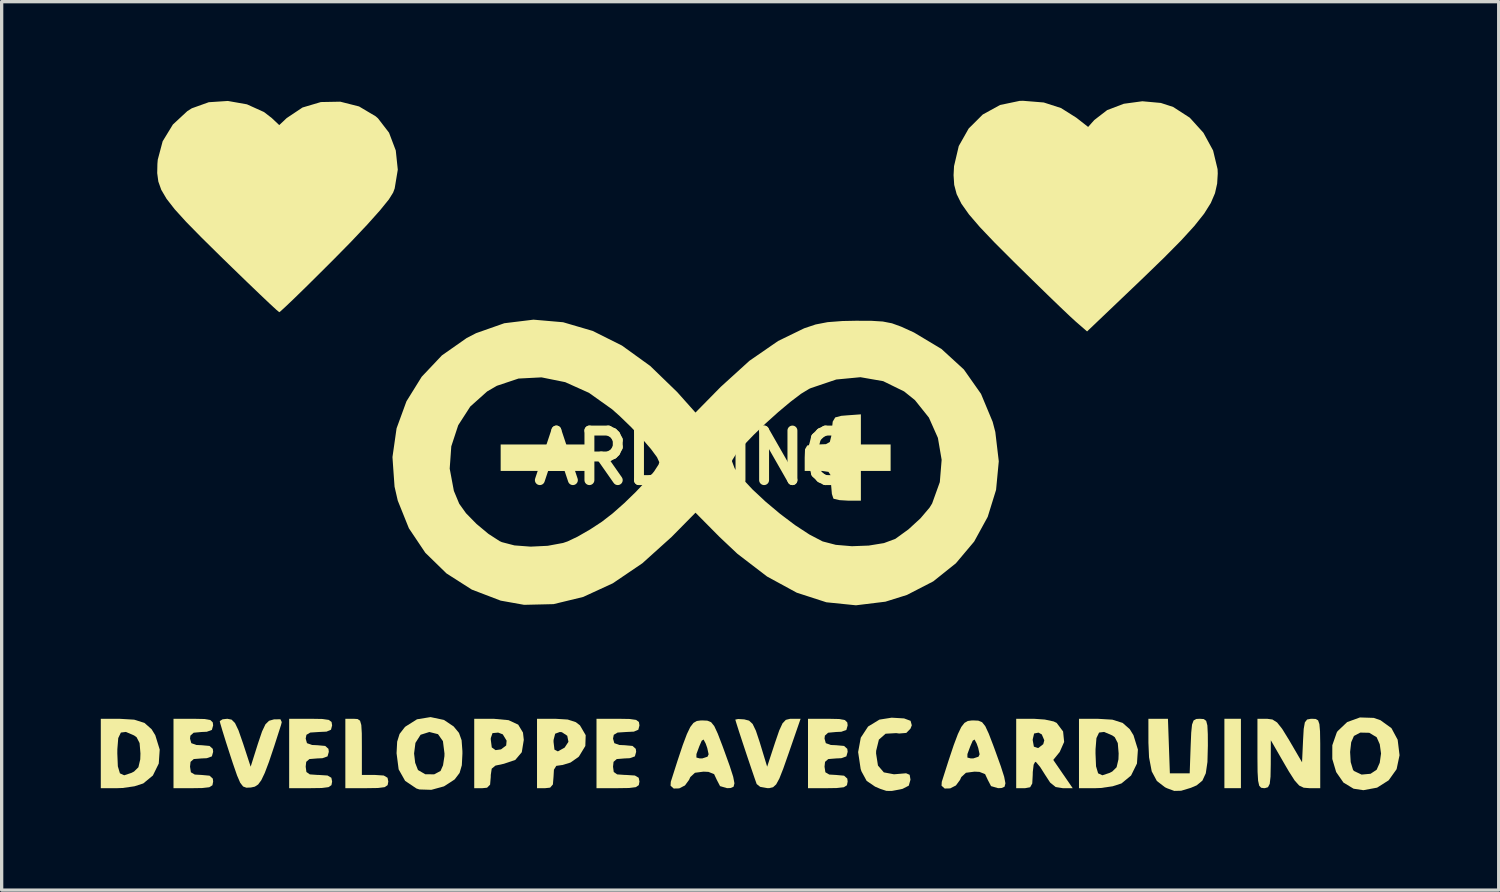
<source format=kicad_pcb>
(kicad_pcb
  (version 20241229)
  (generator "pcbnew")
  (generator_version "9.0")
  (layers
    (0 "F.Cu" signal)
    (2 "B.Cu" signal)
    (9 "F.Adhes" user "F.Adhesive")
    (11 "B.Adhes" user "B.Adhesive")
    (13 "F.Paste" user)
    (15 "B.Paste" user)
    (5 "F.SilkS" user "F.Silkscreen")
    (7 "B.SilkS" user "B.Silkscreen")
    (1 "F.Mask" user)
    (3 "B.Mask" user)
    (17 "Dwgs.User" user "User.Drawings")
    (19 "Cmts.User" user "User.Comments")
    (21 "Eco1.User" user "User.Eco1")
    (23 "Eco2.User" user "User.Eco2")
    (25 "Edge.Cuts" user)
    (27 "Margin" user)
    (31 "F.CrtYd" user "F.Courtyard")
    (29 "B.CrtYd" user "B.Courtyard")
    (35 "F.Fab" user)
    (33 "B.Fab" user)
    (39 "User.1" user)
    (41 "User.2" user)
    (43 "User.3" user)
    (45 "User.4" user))
  (footprint "ARDUINO"
    (layer "F.Cu")
    (at 18 10.8)
    (property "Reference" "ARDUINO" (at 0 0 0) (layer "F.SilkS") (effects (font (size 1.5 1.5) (thickness 0.3))))
    (attr board_only exclude_from_pos_files exclude_from_bom)
    (fp_poly (pts (xy -3.3 0) (xy -3.3 0.4) (xy -4.6 0.4) (xy -5.9 0.4) (xy -5.9 0) (xy -5.9 -0.4) (xy -4.6 -0.4) (xy -3.3 -0.4)) (stroke (width 0) (type solid)) (fill yes) (layer "F.SilkS"))
    (fp_poly (pts (xy 16.5 8.95) (xy 16.5 10) (xy 16.25 10) (xy 16 10) (xy 16 8.95) (xy 16 7.9) (xy 16.25 7.9) (xy 16.5 7.9)) (stroke (width 0) (type solid)) (fill yes) (layer "F.SilkS"))
    (fp_poly (pts (xy -10.229 7.908) (xy -10.155 7.958) (xy -10.117 8.089) (xy -10.102 8.342) (xy -10.1 8.75) (xy -10.1 9.6) (xy -9.7 9.6) (xy -9.438 9.617) (xy -9.323 9.685) (xy -9.3 9.8) (xy -9.32 9.908) (xy -9.41 9.969) (xy -9.615 9.995) (xy -9.95 10) (xy -10.6 10) (xy -10.6 8.95) (xy -10.6 7.9) (xy -10.35 7.9)) (stroke (width 0) (type solid)) (fill yes) (layer "F.SilkS"))
    (fp_poly (pts (xy -5.661 7.942) (xy -5.37 8.077) (xy -5.225 8.317) (xy -5.2 8.539) (xy -5.261 8.912) (xy -5.457 9.145) (xy -5.803 9.262) (xy -6.058 9.317) (xy -6.171 9.41) (xy -6.199 9.6) (xy -6.2 9.663) (xy -6.22 9.894) (xy -6.311 9.986) (xy -6.45 10) (xy -6.7 10) (xy -6.7 8.95) (xy -6.7 8.526) (xy -6.2 8.526) (xy -6.169 8.767) (xy -6.054 8.849) (xy -5.889 8.826) (xy -5.733 8.708) (xy -5.72 8.562) (xy -5.836 8.371) (xy -5.975 8.318) (xy -6.147 8.334) (xy -6.199 8.484) (xy -6.2 8.526) (xy -6.7 8.526) (xy -6.7 7.9) (xy -6.115 7.9)) (stroke (width 0) (type solid)) (fill yes) (layer "F.SilkS"))
    (fp_poly (pts (xy 14.321 8.725) (xy 14.35 9.55) (xy 14.65 9.55) (xy 14.95 9.55) (xy 14.979 8.725) (xy 14.996 8.321) (xy 15.021 8.076) (xy 15.068 7.951) (xy 15.15 7.906) (xy 15.254 7.9) (xy 15.376 7.909) (xy 15.449 7.963) (xy 15.485 8.102) (xy 15.498 8.367) (xy 15.5 8.707) (xy 15.487 9.208) (xy 15.437 9.55) (xy 15.334 9.772) (xy 15.162 9.914) (xy 14.987 9.989) (xy 14.692 10.078) (xy 14.483 10.083) (xy 14.264 10.002) (xy 14.202 9.972) (xy 13.957 9.783) (xy 13.801 9.492) (xy 13.72 9.066) (xy 13.701 8.625) (xy 13.7 7.9) (xy 13.996 7.9) (xy 14.292 7.9)) (stroke (width 0) (type solid)) (fill yes) (layer "F.SilkS"))
    (fp_poly (pts (xy 2.813 8.949) (xy 2.652 9.407) (xy 2.533 9.709) (xy 2.437 9.885) (xy 2.343 9.971) (xy 2.232 9.998) (xy 2.172 9.999) (xy 1.953 9.96) (xy 1.847 9.875) (xy 1.778 9.679) (xy 1.674 9.374) (xy 1.551 9.009) (xy 1.426 8.632) (xy 1.315 8.294) (xy 1.235 8.042) (xy 1.2 7.927) (xy 1.2 7.925) (xy 1.286 7.907) (xy 1.469 7.918) (xy 1.616 7.956) (xy 1.724 8.056) (xy 1.823 8.261) (xy 1.94 8.613) (xy 1.951 8.65) (xy 2.164 9.35) (xy 2.402 8.625) (xy 2.529 8.255) (xy 2.629 8.038) (xy 2.729 7.933) (xy 2.857 7.901) (xy 2.908 7.9) (xy 3.176 7.9)) (stroke (width 0) (type solid)) (fill yes) (layer "F.SilkS"))
    (fp_poly (pts (xy -16.989 7.927) (xy -16.679 8.025) (xy -16.463 8.216) (xy -16.351 8.398) (xy -16.217 8.832) (xy -16.246 9.255) (xy -16.424 9.617) (xy -16.715 9.857) (xy -16.981 9.943) (xy -17.336 9.994) (xy -17.495 10) (xy -18 10) (xy -18 8.95) (xy -17.5 8.95) (xy -17.484 9.339) (xy -17.421 9.551) (xy -17.292 9.61) (xy -17.074 9.538) (xy -16.993 9.496) (xy -16.862 9.367) (xy -16.806 9.128) (xy -16.8 8.95) (xy -16.826 8.635) (xy -16.917 8.458) (xy -16.993 8.404) (xy -17.24 8.298) (xy -17.392 8.317) (xy -17.472 8.484) (xy -17.499 8.82) (xy -17.5 8.95) (xy -18 8.95) (xy -18 7.9) (xy -17.443 7.9)) (stroke (width 0) (type solid)) (fill yes) (layer "F.SilkS"))
    (fp_poly (pts (xy 12.611 7.927) (xy 12.921 8.025) (xy 13.137 8.216) (xy 13.249 8.398) (xy 13.383 8.832) (xy 13.354 9.255) (xy 13.176 9.617) (xy 12.885 9.857) (xy 12.619 9.943) (xy 12.264 9.994) (xy 12.105 10) (xy 11.6 10) (xy 11.6 8.95) (xy 12.1 8.95) (xy 12.116 9.339) (xy 12.179 9.551) (xy 12.308 9.61) (xy 12.526 9.538) (xy 12.607 9.496) (xy 12.738 9.367) (xy 12.794 9.128) (xy 12.8 8.95) (xy 12.774 8.635) (xy 12.683 8.458) (xy 12.607 8.404) (xy 12.36 8.298) (xy 12.208 8.317) (xy 12.128 8.484) (xy 12.101 8.82) (xy 12.1 8.95) (xy 11.6 8.95) (xy 11.6 7.9) (xy 12.157 7.9)) (stroke (width 0) (type solid)) (fill yes) (layer "F.SilkS"))
    (fp_poly (pts (xy -3.871 7.923) (xy -3.625 8.003) (xy -3.5 8.1) (xy -3.327 8.396) (xy -3.338 8.723) (xy -3.529 9.038) (xy -3.545 9.055) (xy -3.788 9.225) (xy -4.036 9.3) (xy -4.045 9.3) (xy -4.217 9.325) (xy -4.288 9.441) (xy -4.3 9.65) (xy -4.319 9.887) (xy -4.403 9.984) (xy -4.55 10) (xy -4.8 10) (xy -4.8 8.95) (xy -4.8 8.6) (xy -4.3 8.6) (xy -4.272 8.834) (xy -4.169 8.887) (xy -3.965 8.773) (xy -3.964 8.772) (xy -3.849 8.597) (xy -3.885 8.414) (xy -4.048 8.306) (xy -4.111 8.3) (xy -4.251 8.352) (xy -4.299 8.541) (xy -4.3 8.6) (xy -4.8 8.6) (xy -4.8 7.9) (xy -4.25 7.9)) (stroke (width 0) (type solid)) (fill yes) (layer "F.SilkS"))
    (fp_poly (pts (xy 6.307 7.889) (xy 6.504 7.962) (xy 6.541 8.097) (xy 6.5 8.2) (xy 6.375 8.328) (xy 6.157 8.346) (xy 6.07 8.334) (xy 5.748 8.352) (xy 5.545 8.531) (xy 5.462 8.87) (xy 5.46 8.95) (xy 5.517 9.315) (xy 5.695 9.522) (xy 6.002 9.58) (xy 6.121 9.57) (xy 6.368 9.549) (xy 6.476 9.595) (xy 6.5 9.734) (xy 6.5 9.747) (xy 6.449 9.924) (xy 6.262 10.02) (xy 6.188 10.037) (xy 5.936 10.084) (xy 5.772 10.082) (xy 5.59 10.022) (xy 5.431 9.954) (xy 5.175 9.78) (xy 5.018 9.492) (xy 4.993 9.417) (xy 4.917 8.908) (xy 4.997 8.472) (xy 5.218 8.135) (xy 5.562 7.925) (xy 5.932 7.867)) (stroke (width 0) (type solid)) (fill yes) (layer "F.SilkS"))
    (fp_poly (pts (xy -14.042 7.926) (xy -13.939 8.029) (xy -13.834 8.248) (xy -13.704 8.621) (xy -13.702 8.625) (xy -13.465 9.35) (xy -13.244 8.65) (xy -13.12 8.283) (xy -13.018 8.068) (xy -12.909 7.961) (xy -12.765 7.919) (xy -12.752 7.917) (xy -12.564 7.915) (xy -12.524 8) (xy -12.545 8.085) (xy -12.751 8.727) (xy -12.911 9.204) (xy -13.038 9.539) (xy -13.143 9.759) (xy -13.239 9.889) (xy -13.339 9.954) (xy -13.453 9.979) (xy -13.461 9.98) (xy -13.595 9.986) (xy -13.694 9.949) (xy -13.781 9.837) (xy -13.876 9.617) (xy -14.001 9.256) (xy -14.077 9.025) (xy -14.211 8.609) (xy -14.318 8.265) (xy -14.385 8.038) (xy -14.4 7.97) (xy -14.315 7.916) (xy -14.17 7.9)) (stroke (width 0) (type solid)) (fill yes) (layer "F.SilkS"))
    (fp_poly (pts (xy -14.865 7.907) (xy -14.684 7.939) (xy -14.611 8.011) (xy -14.6 8.1) (xy -14.639 8.238) (xy -14.792 8.293) (xy -14.95 8.3) (xy -15.191 8.322) (xy -15.289 8.41) (xy -15.3 8.5) (xy -15.261 8.638) (xy -15.108 8.693) (xy -14.95 8.7) (xy -14.709 8.722) (xy -14.611 8.81) (xy -14.6 8.9) (xy -14.639 9.038) (xy -14.792 9.093) (xy -14.95 9.1) (xy -15.187 9.119) (xy -15.284 9.203) (xy -15.3 9.35) (xy -15.274 9.519) (xy -15.156 9.588) (xy -14.95 9.6) (xy -14.709 9.622) (xy -14.611 9.71) (xy -14.6 9.8) (xy -14.622 9.912) (xy -14.718 9.972) (xy -14.934 9.996) (xy -15.2 10) (xy -15.8 10) (xy -15.8 8.95) (xy -15.8 7.9) (xy -15.2 7.9)) (stroke (width 0) (type solid)) (fill yes) (layer "F.SilkS"))
    (fp_poly (pts (xy 4.335 7.907) (xy 4.516 7.939) (xy 4.589 8.011) (xy 4.6 8.1) (xy 4.561 8.238) (xy 4.408 8.293) (xy 4.25 8.3) (xy 4.009 8.322) (xy 3.911 8.41) (xy 3.9 8.5) (xy 3.939 8.638) (xy 4.092 8.693) (xy 4.25 8.7) (xy 4.491 8.722) (xy 4.589 8.81) (xy 4.6 8.9) (xy 4.561 9.038) (xy 4.408 9.093) (xy 4.25 9.1) (xy 4.013 9.119) (xy 3.916 9.203) (xy 3.9 9.35) (xy 3.926 9.519) (xy 4.044 9.588) (xy 4.25 9.6) (xy 4.491 9.622) (xy 4.589 9.71) (xy 4.6 9.8) (xy 4.578 9.912) (xy 4.482 9.972) (xy 4.266 9.996) (xy 4 10) (xy 3.4 10) (xy 3.4 8.95) (xy 3.4 7.9) (xy 4 7.9)) (stroke (width 0) (type solid)) (fill yes) (layer "F.SilkS"))
    (fp_poly (pts (xy 5 -0.856) (xy 5 -0.4) (xy 5.45 -0.4) (xy 5.9 -0.4) (xy 5.9 0) (xy 5.9 0.4) (xy 5.45 0.4) (xy 5 0.4) (xy 5 0.85) (xy 5 1.3) (xy 4.617 1.3) (xy 4.352 1.284) (xy 4.183 1.244) (xy 4.167 1.233) (xy 4.123 1.098) (xy 4.101 0.848) (xy 4.1 0.783) (xy 4.09 0.538) (xy 4.02 0.429) (xy 3.834 0.401) (xy 3.7 0.4) (xy 3.3 0.4) (xy 3.3 0) (xy 3.31 -0.256) (xy 3.377 -0.37) (xy 3.558 -0.399) (xy 3.694 -0.4) (xy 3.942 -0.41) (xy 4.06 -0.476) (xy 4.105 -0.656) (xy 4.119 -0.825) (xy 4.148 -1.092) (xy 4.224 -1.219) (xy 4.406 -1.267) (xy 4.575 -1.281) (xy 5 -1.312)) (stroke (width 0) (type solid)) (fill yes) (layer "F.SilkS"))
    (fp_poly (pts (xy -11.298 7.906) (xy -11.102 7.934) (xy -11.017 7.997) (xy -11 8.1) (xy -11.034 8.231) (xy -11.169 8.289) (xy -11.4 8.3) (xy -11.662 8.317) (xy -11.777 8.385) (xy -11.8 8.5) (xy -11.761 8.638) (xy -11.608 8.693) (xy -11.45 8.7) (xy -11.209 8.722) (xy -11.111 8.81) (xy -11.1 8.9) (xy -11.139 9.038) (xy -11.292 9.093) (xy -11.45 9.1) (xy -11.687 9.119) (xy -11.784 9.203) (xy -11.8 9.35) (xy -11.778 9.511) (xy -11.675 9.583) (xy -11.435 9.6) (xy -11.4 9.6) (xy -11.138 9.617) (xy -11.023 9.685) (xy -11 9.8) (xy -11.02 9.908) (xy -11.11 9.969) (xy -11.315 9.995) (xy -11.65 10) (xy -12.3 10) (xy -12.3 8.95) (xy -12.3 7.9) (xy -11.65 7.9)) (stroke (width 0) (type solid)) (fill yes) (layer "F.SilkS"))
    (fp_poly (pts (xy -1.998 7.906) (xy -1.802 7.934) (xy -1.717 7.997) (xy -1.7 8.1) (xy -1.734 8.231) (xy -1.869 8.289) (xy -2.1 8.3) (xy -2.362 8.317) (xy -2.477 8.385) (xy -2.5 8.5) (xy -2.461 8.638) (xy -2.308 8.693) (xy -2.15 8.7) (xy -1.909 8.722) (xy -1.811 8.81) (xy -1.8 8.9) (xy -1.839 9.038) (xy -1.992 9.093) (xy -2.15 9.1) (xy -2.387 9.119) (xy -2.484 9.203) (xy -2.5 9.35) (xy -2.478 9.511) (xy -2.375 9.583) (xy -2.135 9.6) (xy -2.1 9.6) (xy -1.838 9.617) (xy -1.723 9.685) (xy -1.7 9.8) (xy -1.72 9.908) (xy -1.81 9.969) (xy -2.015 9.995) (xy -2.35 10) (xy -3 10) (xy -3 8.95) (xy -3 7.9) (xy -2.35 7.9)) (stroke (width 0) (type solid)) (fill yes) (layer "F.SilkS"))
    (fp_poly (pts (xy 20.518 7.873) (xy 20.722 7.943) (xy 21.055 8.184) (xy 21.243 8.534) (xy 21.3 9.003) (xy 21.211 9.425) (xy 20.971 9.762) (xy 20.621 9.984) (xy 20.205 10.061) (xy 19.909 10.016) (xy 19.602 9.83) (xy 19.382 9.512) (xy 19.265 9.117) (xy 19.265 8.904) (xy 19.804 8.904) (xy 19.822 9.211) (xy 19.891 9.441) (xy 19.92 9.48) (xy 20.152 9.589) (xy 20.424 9.564) (xy 20.608 9.441) (xy 20.701 9.231) (xy 20.74 8.951) (xy 20.74 8.95) (xy 20.701 8.67) (xy 20.608 8.46) (xy 20.608 8.459) (xy 20.384 8.324) (xy 20.112 8.318) (xy 19.92 8.42) (xy 19.837 8.61) (xy 19.804 8.904) (xy 19.265 8.904) (xy 19.266 8.7) (xy 19.4 8.315) (xy 19.425 8.275) (xy 19.715 8) (xy 20.101 7.86)) (stroke (width 0) (type solid)) (fill yes) (layer "F.SilkS"))
    (fp_poly (pts (xy 10.565 7.923) (xy 10.833 7.981) (xy 10.925 8.025) (xy 11.119 8.284) (xy 11.151 8.601) (xy 11.017 8.904) (xy 10.822 9.145) (xy 11.116 9.573) (xy 11.41 10) (xy 11.108 10) (xy 10.893 9.965) (xy 10.727 9.83) (xy 10.578 9.601) (xy 10.427 9.363) (xy 10.308 9.219) (xy 10.275 9.201) (xy 10.228 9.289) (xy 10.202 9.51) (xy 10.2 9.6) (xy 10.186 9.858) (xy 10.122 9.972) (xy 9.972 10) (xy 9.95 10) (xy 9.7 10) (xy 9.7 8.95) (xy 9.7 8.55) (xy 10.2 8.55) (xy 10.235 8.744) (xy 10.357 8.784) (xy 10.375 8.781) (xy 10.519 8.668) (xy 10.55 8.55) (xy 10.474 8.373) (xy 10.375 8.319) (xy 10.242 8.346) (xy 10.2 8.523) (xy 10.2 8.55) (xy 9.7 8.55) (xy 9.7 7.9) (xy 10.231 7.9)) (stroke (width 0) (type solid)) (fill yes) (layer "F.SilkS"))
    (fp_poly (pts (xy 17.454 7.922) (xy 17.595 8.012) (xy 17.749 8.206) (xy 17.956 8.542) (xy 17.966 8.559) (xy 18.35 9.217) (xy 18.38 8.559) (xy 18.4 8.206) (xy 18.435 8.009) (xy 18.503 7.922) (xy 18.621 7.9) (xy 18.655 7.9) (xy 18.764 7.906) (xy 18.835 7.948) (xy 18.875 8.062) (xy 18.894 8.283) (xy 18.9 8.647) (xy 18.9 8.95) (xy 18.9 10) (xy 18.571 10) (xy 18.4 9.986) (xy 18.264 9.921) (xy 18.127 9.769) (xy 17.952 9.496) (xy 17.823 9.275) (xy 17.405 8.55) (xy 17.403 9.275) (xy 17.396 9.651) (xy 17.372 9.869) (xy 17.319 9.971) (xy 17.226 9.999) (xy 17.2 10) (xy 17.111 9.987) (xy 17.053 9.924) (xy 17.02 9.775) (xy 17.004 9.506) (xy 17 9.082) (xy 17 8.95) (xy 17 7.9) (xy 17.291 7.9)) (stroke (width 0) (type solid)) (fill yes) (layer "F.SilkS"))
    (fp_poly (pts (xy -7.617 7.935) (xy -7.323 8.132) (xy -7.161 8.328) (xy -7.082 8.549) (xy -7.058 8.874) (xy -7.057 8.95) (xy -7.075 9.306) (xy -7.143 9.539) (xy -7.286 9.727) (xy -7.304 9.744) (xy -7.615 9.945) (xy -7.997 10.05) (xy -8.358 10.039) (xy -8.45 10.009) (xy -8.791 9.779) (xy -8.987 9.431) (xy -9.049 8.95) (xy -8.52 8.95) (xy -8.487 9.232) (xy -8.406 9.441) (xy -8.398 9.453) (xy -8.181 9.579) (xy -7.911 9.581) (xy -7.72 9.48) (xy -7.644 9.309) (xy -7.602 9.033) (xy -7.6 8.95) (xy -7.647 8.577) (xy -7.796 8.366) (xy -8.058 8.3) (xy -8.323 8.384) (xy -8.479 8.63) (xy -8.52 8.95) (xy -9.049 8.95) (xy -9.05 8.944) (xy -9.05 8.942) (xy -9.032 8.593) (xy -8.959 8.359) (xy -8.804 8.158) (xy -8.781 8.136) (xy -8.432 7.916) (xy -8.022 7.849)) (stroke (width 0) (type solid)) (fill yes) (layer "F.SilkS"))
    (fp_poly (pts (xy 10.534 -10.749) (xy 11.055 -10.581) (xy 11.514 -10.292) (xy 11.877 -10.009) (xy 12.064 -10.219) (xy 12.452 -10.518) (xy 12.956 -10.71) (xy 13.517 -10.786) (xy 14.077 -10.735) (xy 14.45 -10.613) (xy 14.953 -10.288) (xy 15.366 -9.832) (xy 15.658 -9.296) (xy 15.794 -8.731) (xy 15.799 -8.599) (xy 15.781 -8.295) (xy 15.716 -8.004) (xy 15.589 -7.707) (xy 15.385 -7.382) (xy 15.089 -7.01) (xy 14.687 -6.57) (xy 14.164 -6.042) (xy 13.506 -5.405) (xy 13.458 -5.359) (xy 11.845 -3.821) (xy 11.497 -4.123) (xy 11.322 -4.284) (xy 11.031 -4.56) (xy 10.654 -4.924) (xy 10.216 -5.351) (xy 9.745 -5.813) (xy 9.627 -5.929) (xy 9.048 -6.508) (xy 8.601 -6.978) (xy 8.271 -7.362) (xy 8.041 -7.687) (xy 7.898 -7.976) (xy 7.824 -8.256) (xy 7.805 -8.55) (xy 7.819 -8.822) (xy 7.962 -9.431) (xy 8.262 -9.961) (xy 8.688 -10.385) (xy 9.212 -10.673) (xy 9.802 -10.797) (xy 9.905 -10.8)) (stroke (width 0) (type solid)) (fill yes) (layer "F.SilkS"))
    (fp_poly (pts (xy 0.354 7.957) (xy 0.467 8.003) (xy 0.564 8.123) (xy 0.67 8.351) (xy 0.812 8.722) (xy 0.859 8.85) (xy 1.032 9.33) (xy 1.136 9.654) (xy 1.174 9.852) (xy 1.148 9.956) (xy 1.06 9.995) (xy 0.952 10) (xy 0.739 9.938) (xy 0.641 9.75) (xy 0.559 9.575) (xy 0.388 9.507) (xy 0.237 9.5) (xy -0.021 9.534) (xy -0.161 9.664) (xy -0.2 9.75) (xy -0.324 9.918) (xy -0.498 10.007) (xy -0.664 10.011) (xy -0.759 9.925) (xy -0.752 9.808) (xy -0.548 9.169) (xy -0.516 9.073) (xy 0.023 9.073) (xy 0.122 9.099) (xy 0.2 9.1) (xy 0.359 9.048) (xy 0.393 8.975) (xy 0.351 8.783) (xy 0.304 8.65) (xy 0.24 8.528) (xy 0.184 8.564) (xy 0.111 8.732) (xy 0.024 8.968) (xy 0.023 9.073) (xy -0.516 9.073) (xy -0.39 8.696) (xy -0.265 8.364) (xy -0.162 8.149) (xy -0.066 8.025) (xy 0.035 7.967) (xy 0.153 7.951) (xy 0.198 7.95)) (stroke (width 0) (type solid)) (fill yes) (layer "F.SilkS"))
    (fp_poly (pts (xy 8.554 7.957) (xy 8.667 8.003) (xy 8.764 8.123) (xy 8.87 8.351) (xy 9.012 8.722) (xy 9.059 8.85) (xy 9.232 9.33) (xy 9.336 9.654) (xy 9.374 9.852) (xy 9.348 9.956) (xy 9.26 9.995) (xy 9.152 10) (xy 8.939 9.938) (xy 8.841 9.75) (xy 8.759 9.575) (xy 8.588 9.507) (xy 8.437 9.5) (xy 8.179 9.534) (xy 8.039 9.664) (xy 8 9.75) (xy 7.876 9.918) (xy 7.702 10.007) (xy 7.536 10.011) (xy 7.441 9.925) (xy 7.448 9.808) (xy 7.652 9.169) (xy 7.684 9.073) (xy 8.223 9.073) (xy 8.322 9.099) (xy 8.4 9.1) (xy 8.559 9.048) (xy 8.593 8.975) (xy 8.551 8.783) (xy 8.504 8.65) (xy 8.44 8.528) (xy 8.384 8.564) (xy 8.311 8.732) (xy 8.224 8.968) (xy 8.223 9.073) (xy 7.684 9.073) (xy 7.81 8.696) (xy 7.935 8.364) (xy 8.038 8.149) (xy 8.134 8.025) (xy 8.235 7.967) (xy 8.353 7.951) (xy 8.398 7.95)) (stroke (width 0) (type solid)) (fill yes) (layer "F.SilkS"))
    (fp_poly (pts (xy -13.577 -10.693) (xy -13.06 -10.459) (xy -12.826 -10.278) (xy -12.6 -10.065) (xy -12.374 -10.278) (xy -11.896 -10.597) (xy -11.34 -10.762) (xy -10.753 -10.773) (xy -10.185 -10.629) (xy -9.683 -10.331) (xy -9.613 -10.27) (xy -9.278 -9.835) (xy -9.074 -9.297) (xy -9.013 -8.716) (xy -9.107 -8.148) (xy -9.154 -8.022) (xy -9.284 -7.814) (xy -9.55 -7.486) (xy -9.937 -7.053) (xy -10.432 -6.529) (xy -10.928 -6.025) (xy -11.392 -5.562) (xy -11.808 -5.15) (xy -12.157 -4.81) (xy -12.418 -4.562) (xy -12.569 -4.424) (xy -12.599 -4.403) (xy -12.682 -4.471) (xy -12.887 -4.66) (xy -13.194 -4.951) (xy -13.583 -5.324) (xy -14.033 -5.76) (xy -14.36 -6.078) (xy -14.954 -6.664) (xy -15.417 -7.136) (xy -15.764 -7.518) (xy -16.01 -7.834) (xy -16.17 -8.106) (xy -16.259 -8.357) (xy -16.293 -8.611) (xy -16.287 -8.891) (xy -16.276 -9.019) (xy -16.128 -9.575) (xy -15.818 -10.083) (xy -15.382 -10.487) (xy -15.246 -10.573) (xy -14.732 -10.757) (xy -14.155 -10.795)) (stroke (width 0) (type solid)) (fill yes) (layer "F.SilkS"))
    (fp_poly (pts (xy -4.01 -4.099) (xy -3.114 -3.836) (xy -2.231 -3.394) (xy -1.374 -2.776) (xy -0.559 -1.987) (xy -0.512 -1.934) (xy -0.005 -1.366) (xy 0.759 -2.143) (xy 1.627 -2.932) (xy 2.496 -3.532) (xy 3.285 -3.916) (xy 3.632 -4.032) (xy 3.995 -4.102) (xy 4.443 -4.136) (xy 4.85 -4.144) (xy 5.322 -4.142) (xy 5.663 -4.121) (xy 5.94 -4.067) (xy 6.221 -3.965) (xy 6.576 -3.803) (xy 6.607 -3.789) (xy 7.438 -3.291) (xy 8.116 -2.67) (xy 8.635 -1.932) (xy 8.988 -1.085) (xy 9.068 -0.779) (xy 9.173 0.109) (xy 9.091 0.973) (xy 8.838 1.79) (xy 8.428 2.538) (xy 7.874 3.196) (xy 7.191 3.742) (xy 6.394 4.153) (xy 5.742 4.357) (xy 4.851 4.466) (xy 3.956 4.375) (xy 3.06 4.085) (xy 2.162 3.596) (xy 1.264 2.908) (xy 0.723 2.398) (xy -0.004 1.664) (xy -0.727 2.397) (xy -1.613 3.195) (xy -2.507 3.801) (xy -3.404 4.214) (xy -4.3 4.431) (xy -5.191 4.452) (xy -5.9 4.325) (xy -6.773 3.991) (xy -7.539 3.502) (xy -8.18 2.877) (xy -8.677 2.136) (xy -9.014 1.298) (xy -9.111 0.876) (xy -9.15 0.331) (xy -7.442 0.331) (xy -7.316 1.004) (xy -7.154 1.393) (xy -6.948 1.681) (xy -6.631 2.004) (xy -6.27 2.305) (xy -5.931 2.524) (xy -5.864 2.555) (xy -5.483 2.654) (xy -4.993 2.691) (xy -4.476 2.666) (xy -4.013 2.58) (xy -3.877 2.534) (xy -3.574 2.39) (xy -3.195 2.172) (xy -2.836 1.937) (xy -2.511 1.685) (xy -2.157 1.372) (xy -1.809 1.034) (xy -1.497 0.703) (xy -1.257 0.416) (xy -1.12 0.204) (xy -1.1 0.136) (xy -1.113 0.108) (xy 1.1 0.108) (xy 1.179 0.319) (xy 1.395 0.611) (xy 1.717 0.957) (xy 2.114 1.328) (xy 2.555 1.698) (xy 3.008 2.04) (xy 3.444 2.325) (xy 3.83 2.527) (xy 3.85 2.535) (xy 4.242 2.637) (xy 4.728 2.678) (xy 5.237 2.659) (xy 5.698 2.584) (xy 6.04 2.457) (xy 6.051 2.45) (xy 6.44 2.168) (xy 6.803 1.835) (xy 7.078 1.511) (xy 7.156 1.385) (xy 7.389 0.738) (xy 7.444 0.064) (xy 7.331 -0.599) (xy 7.058 -1.214) (xy 6.637 -1.741) (xy 6.309 -2.005) (xy 5.675 -2.316) (xy 4.987 -2.436) (xy 4.255 -2.366) (xy 3.486 -2.106) (xy 3.432 -2.082) (xy 3.188 -1.933) (xy 2.867 -1.689) (xy 2.5 -1.381) (xy 2.12 -1.039) (xy 1.758 -0.692) (xy 1.448 -0.37) (xy 1.22 -0.105) (xy 1.107 0.075) (xy 1.1 0.108) (xy -1.113 0.108) (xy -1.169 -0.015) (xy -1.354 -0.265) (xy -1.625 -0.579) (xy -1.95 -0.923) (xy -2.297 -1.259) (xy -2.527 -1.464) (xy -3.228 -1.963) (xy -3.947 -2.286) (xy -4.664 -2.431) (xy -5.36 -2.395) (xy -6.015 -2.176) (xy -6.309 -2.005) (xy -6.819 -1.549) (xy -7.184 -0.983) (xy -7.394 -0.344) (xy -7.442 0.331) (xy -9.15 0.331) (xy -9.174 -0.019) (xy -9.05 -0.888) (xy -8.751 -1.706) (xy -8.289 -2.45) (xy -7.678 -3.096) (xy -6.929 -3.621) (xy -6.645 -3.768) (xy -5.79 -4.069) (xy -4.907 -4.177)) (stroke (width 0) (type solid)) (fill yes) (layer "F.SilkS")))
  (gr_rect
    (start -3 -3)
    (end 42.3 23.884)
    (stroke (width 0.1) (type default))
    (fill no)
    (layer "Edge.Cuts")))
</source>
